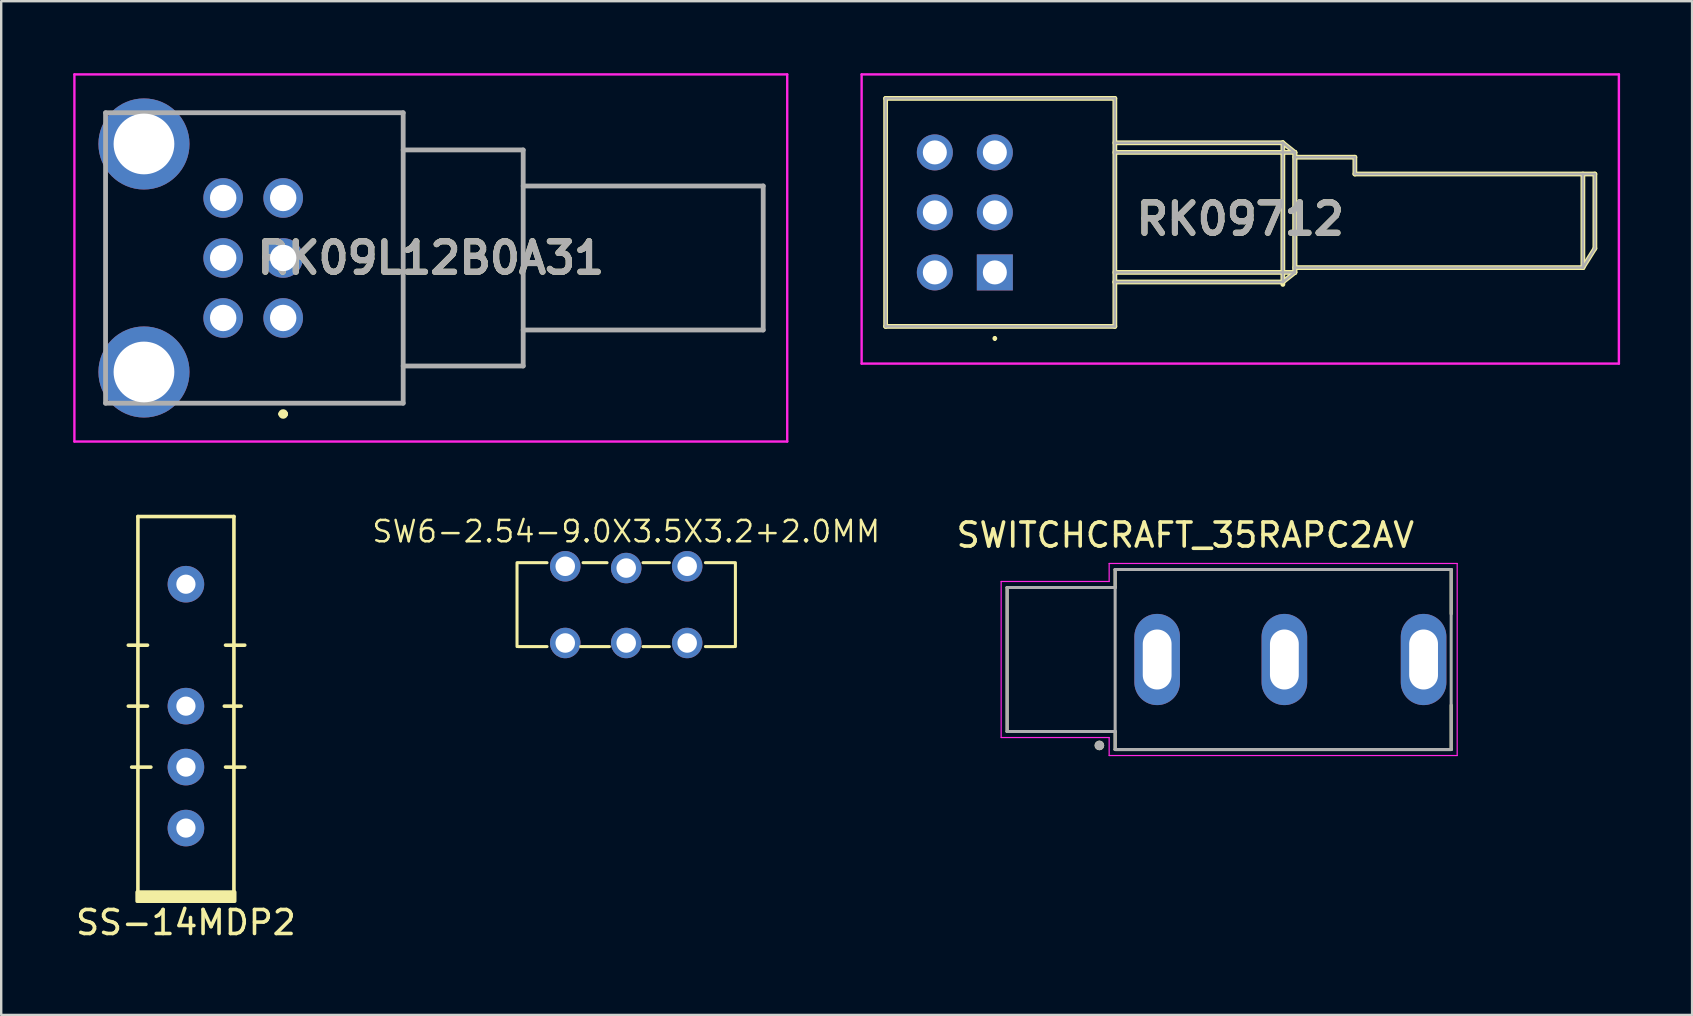
<source format=kicad_pcb>
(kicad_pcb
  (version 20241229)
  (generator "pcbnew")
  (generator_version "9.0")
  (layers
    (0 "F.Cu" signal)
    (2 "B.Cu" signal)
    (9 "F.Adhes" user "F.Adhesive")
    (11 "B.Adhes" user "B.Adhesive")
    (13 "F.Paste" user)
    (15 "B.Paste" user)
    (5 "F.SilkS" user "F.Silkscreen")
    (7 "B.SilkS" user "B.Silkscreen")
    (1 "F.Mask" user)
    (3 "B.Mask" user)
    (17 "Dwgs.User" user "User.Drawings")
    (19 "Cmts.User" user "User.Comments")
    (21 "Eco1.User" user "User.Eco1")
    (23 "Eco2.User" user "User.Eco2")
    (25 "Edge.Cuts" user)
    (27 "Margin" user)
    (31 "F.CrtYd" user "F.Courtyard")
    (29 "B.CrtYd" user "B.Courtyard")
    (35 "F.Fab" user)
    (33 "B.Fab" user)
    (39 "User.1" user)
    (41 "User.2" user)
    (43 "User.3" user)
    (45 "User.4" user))
  (footprint "RK09712"
    (layer "F.Cu")
    (at 43.398 5.8)
    (property "Reference" "RK09712" (at 5.225 0.275 0) (layer "F.SilkS") (effects (font (size 1.27 1.27) (thickness 0.254))))
    (attr through_hole)
    (fp_line (start -9.55 -4.75) (end 0 -4.75) (stroke (width 0.2) (type solid)) (layer "F.SilkS"))
    (fp_line (start -9.55 4.75) (end -9.55 -4.75) (stroke (width 0.2) (type solid)) (layer "F.SilkS"))
    (fp_line (start -5 5.2) (end -5 5.2) (stroke (width 0.1) (type solid)) (layer "F.SilkS"))
    (fp_line (start -5 5.3) (end -5 5.3) (stroke (width 0.1) (type solid)) (layer "F.SilkS"))
    (fp_line (start 0 -4.75) (end 0 4.75) (stroke (width 0.2) (type solid)) (layer "F.SilkS"))
    (fp_line (start 0 -2.9) (end 7 -2.9) (stroke (width 0.2) (type solid)) (layer "F.SilkS"))
    (fp_line (start 0 -2.5) (end 7.5 -2.5) (stroke (width 0.2) (type solid)) (layer "F.SilkS"))
    (fp_line (start 0 2.9) (end 0 2.9) (stroke (width 0.2) (type solid)) (layer "F.SilkS"))
    (fp_line (start 0 4.75) (end -9.55 4.75) (stroke (width 0.2) (type solid)) (layer "F.SilkS"))
    (fp_line (start 7 -2.9) (end 7 -2.9) (stroke (width 0.2) (type solid)) (layer "F.SilkS"))
    (fp_line (start 7 -2.9) (end 7 3) (stroke (width 0.2) (type solid)) (layer "F.SilkS"))
    (fp_line (start 7 -2.9) (end 7.5 -2.5) (stroke (width 0.2) (type solid)) (layer "F.SilkS"))
    (fp_line (start 7 2.9) (end 0 2.9) (stroke (width 0.2) (type solid)) (layer "F.SilkS"))
    (fp_line (start 7.5 -2.5) (end 7.5 -2.5) (stroke (width 0.2) (type solid)) (layer "F.SilkS"))
    (fp_line (start 7.5 -2.5) (end 7.5 2.5) (stroke (width 0.2) (type solid)) (layer "F.SilkS"))
    (fp_line (start 7.5 -2.5) (end 7.5 2.5) (stroke (width 0.2) (type solid)) (layer "F.SilkS"))
    (fp_line (start 7.5 -2.3) (end 10 -2.3) (stroke (width 0.2) (type solid)) (layer "F.SilkS"))
    (fp_line (start 7.5 2.5) (end 0 2.5) (stroke (width 0.2) (type solid)) (layer "F.SilkS"))
    (fp_line (start 7.5 2.5) (end 7 2.9) (stroke (width 0.2) (type solid)) (layer "F.SilkS"))
    (fp_line (start 10 -2.3) (end 10 -1.6) (stroke (width 0.2) (type solid)) (layer "F.SilkS"))
    (fp_line (start 10 -1.6) (end 20 -1.6) (stroke (width 0.2) (type solid)) (layer "F.SilkS"))
    (fp_line (start 19.5 -1.6) (end 19.5 2.3) (stroke (width 0.2) (type solid)) (layer "F.SilkS"))
    (fp_line (start 19.5 2.3) (end 7.5 2.3) (stroke (width 0.2) (type solid)) (layer "F.SilkS"))
    (fp_line (start 20 -1.6) (end 20 1.5) (stroke (width 0.2) (type solid)) (layer "F.SilkS"))
    (fp_line (start 20 1.5) (end 19.5 2.3) (stroke (width 0.2) (type solid)) (layer "F.SilkS"))
    (fp_arc (start -5 5.2) (mid -4.95 5.25) (end -5 5.3) (stroke (width 0.1) (type solid)) (layer "F.SilkS"))
    (fp_arc (start -5 5.3) (mid -5.05 5.25) (end -5 5.2) (stroke (width 0.1) (type solid)) (layer "F.SilkS"))
    (fp_line (start -10.55 -5.75) (end 21 -5.75) (stroke (width 0.1) (type solid)) (layer "F.CrtYd"))
    (fp_line (start -10.55 6.3) (end -10.55 -5.75) (stroke (width 0.1) (type solid)) (layer "F.CrtYd"))
    (fp_line (start 21 -5.75) (end 21 6.3) (stroke (width 0.1) (type solid)) (layer "F.CrtYd"))
    (fp_line (start 21 6.3) (end -10.55 6.3) (stroke (width 0.1) (type solid)) (layer "F.CrtYd"))
    (fp_line (start -9.55 -4.75) (end 0 -4.75) (stroke (width 0.1) (type solid)) (layer "F.Fab"))
    (fp_line (start -9.55 4.75) (end -9.55 -4.75) (stroke (width 0.1) (type solid)) (layer "F.Fab"))
    (fp_line (start 0 -4.75) (end 0 4.75) (stroke (width 0.1) (type solid)) (layer "F.Fab"))
    (fp_line (start 0 -2.9) (end 7 -2.9) (stroke (width 0.1) (type solid)) (layer "F.Fab"))
    (fp_line (start 0 -2.5) (end 7.5 -2.5) (stroke (width 0.1) (type solid)) (layer "F.Fab"))
    (fp_line (start 0 4.75) (end -9.55 4.75) (stroke (width 0.1) (type solid)) (layer "F.Fab"))
    (fp_line (start 7 -2.9) (end 7 2.9) (stroke (width 0.1) (type solid)) (layer "F.Fab"))
    (fp_line (start 7 -2.9) (end 7.5 -2.5) (stroke (width 0.1) (type solid)) (layer "F.Fab"))
    (fp_line (start 7 2.9) (end 0 2.9) (stroke (width 0.1) (type solid)) (layer "F.Fab"))
    (fp_line (start 7.5 -2.5) (end 7.5 2.5) (stroke (width 0.1) (type solid)) (layer "F.Fab"))
    (fp_line (start 7.5 -2.5) (end 7.5 2.5) (stroke (width 0.1) (type solid)) (layer "F.Fab"))
    (fp_line (start 7.5 -2.3) (end 10 -2.3) (stroke (width 0.1) (type solid)) (layer "F.Fab"))
    (fp_line (start 7.5 2.5) (end 0 2.5) (stroke (width 0.1) (type solid)) (layer "F.Fab"))
    (fp_line (start 7.5 2.5) (end 7 2.9) (stroke (width 0.1) (type solid)) (layer "F.Fab"))
    (fp_line (start 10 -2.3) (end 10 -1.6) (stroke (width 0.1) (type solid)) (layer "F.Fab"))
    (fp_line (start 10 -1.6) (end 20 -1.6) (stroke (width 0.1) (type solid)) (layer "F.Fab"))
    (fp_line (start 19.5 -1.6) (end 19.5 2.3) (stroke (width 0.1) (type solid)) (layer "F.Fab"))
    (fp_line (start 19.5 2.3) (end 7.5 2.3) (stroke (width 0.1) (type solid)) (layer "F.Fab"))
    (fp_line (start 20 -1.6) (end 20 1.5) (stroke (width 0.1) (type solid)) (layer "F.Fab"))
    (fp_line (start 20 1.5) (end 19.5 2.3) (stroke (width 0.1) (type solid)) (layer "F.Fab"))
    (fp_text user "${REFERENCE}" (at 5.225 0.275 0) (layer "F.Fab") (effects (font (size 1.27 1.27) (thickness 0.254))))
    (pad "1" thru_hole rect (at -5 2.5) (size 1.5 1.5) (drill 1) (layers "*.Cu" "*.Mask"))
    (pad "2" thru_hole circle (at -5 0) (size 1.5 1.5) (drill 1) (layers "*.Cu" "*.Mask"))
    (pad "3" thru_hole circle (at -5 -2.5) (size 1.5 1.5) (drill 1) (layers "*.Cu" "*.Mask"))
    (pad "4" thru_hole circle (at -7.5 2.5) (size 1.5 1.5) (drill 1) (layers "*.Cu" "*.Mask"))
    (pad "5" thru_hole circle (at -7.5 0) (size 1.5 1.5) (drill 1) (layers "*.Cu" "*.Mask"))
    (pad "6" thru_hole circle (at -7.5 -2.5) (size 1.5 1.5) (drill 1) (layers "*.Cu" "*.Mask")))
  (footprint "SWITCHCRAFT_35RAPC2AV"
    (layer "F.Cu")
    (at 48.161 24.427)
    (property "Reference" "SWITCHCRAFT_35RAPC2AV" (at -1.826 -5.184 0) (layer "F.SilkS") (effects (font (size 1 1) (thickness 0.15))))
    (attr through_hole)
    (fp_line (start -9.25 -3) (end -4.75 -3) (stroke (width 0.127) (type solid)) (layer "F.SilkS"))
    (fp_line (start -9.25 3) (end -9.25 -3) (stroke (width 0.127) (type solid)) (layer "F.SilkS"))
    (fp_line (start -4.75 -3.75) (end 9.25 -3.75) (stroke (width 0.127) (type solid)) (layer "F.SilkS"))
    (fp_line (start -4.75 -3) (end -4.75 -3.75) (stroke (width 0.127) (type solid)) (layer "F.SilkS"))
    (fp_line (start -4.75 3) (end -9.25 3) (stroke (width 0.127) (type solid)) (layer "F.SilkS"))
    (fp_line (start -4.75 3.75) (end -4.75 3) (stroke (width 0.127) (type solid)) (layer "F.SilkS"))
    (fp_line (start 9.25 -3.75) (end 9.25 -1.9) (stroke (width 0.127) (type solid)) (layer "F.SilkS"))
    (fp_line (start 9.25 1.9) (end 9.25 3.75) (stroke (width 0.127) (type solid)) (layer "F.SilkS"))
    (fp_line (start 9.25 3.75) (end -4.75 3.75) (stroke (width 0.127) (type solid)) (layer "F.SilkS"))
    (fp_circle (center -5.407 3.58) (end -5.307 3.58) (stroke (width 0.2) (type solid)) (fill no) (layer "F.SilkS"))
    (fp_line (start -9.5 -3.25) (end -5 -3.25) (stroke (width 0.05) (type solid)) (layer "F.CrtYd"))
    (fp_line (start -9.5 3.25) (end -9.5 -3.25) (stroke (width 0.05) (type solid)) (layer "F.CrtYd"))
    (fp_line (start -5 -4) (end 9.5 -4) (stroke (width 0.05) (type solid)) (layer "F.CrtYd"))
    (fp_line (start -5 -3.25) (end -5 -4) (stroke (width 0.05) (type solid)) (layer "F.CrtYd"))
    (fp_line (start -5 3.25) (end -9.5 3.25) (stroke (width 0.05) (type solid)) (layer "F.CrtYd"))
    (fp_line (start -5 4) (end -5 3.25) (stroke (width 0.05) (type solid)) (layer "F.CrtYd"))
    (fp_line (start 9.5 -4) (end 9.5 4) (stroke (width 0.05) (type solid)) (layer "F.CrtYd"))
    (fp_line (start 9.5 4) (end -5 4) (stroke (width 0.05) (type solid)) (layer "F.CrtYd"))
    (fp_line (start -9.25 -3) (end -4.75 -3) (stroke (width 0.127) (type solid)) (layer "F.Fab"))
    (fp_line (start -9.25 3) (end -9.25 -3) (stroke (width 0.127) (type solid)) (layer "F.Fab"))
    (fp_line (start -4.75 -3.75) (end -4.75 -3) (stroke (width 0.127) (type solid)) (layer "F.Fab"))
    (fp_line (start -4.75 -3.75) (end 9.25 -3.75) (stroke (width 0.127) (type solid)) (layer "F.Fab"))
    (fp_line (start -4.75 -3) (end -4.75 3) (stroke (width 0.127) (type solid)) (layer "F.Fab"))
    (fp_line (start -4.75 3) (end -9.25 3) (stroke (width 0.127) (type solid)) (layer "F.Fab"))
    (fp_line (start -4.75 3) (end -4.75 3.75) (stroke (width 0.127) (type solid)) (layer "F.Fab"))
    (fp_line (start 9.25 -3.75) (end 9.25 3.75) (stroke (width 0.127) (type solid)) (layer "F.Fab"))
    (fp_line (start 9.25 3.75) (end -4.75 3.75) (stroke (width 0.127) (type solid)) (layer "F.Fab"))
    (fp_circle (center -5.407 3.58) (end -5.307 3.58) (stroke (width 0.2) (type solid)) (fill no) (layer "F.Fab"))
    (pad "1" thru_hole oval (at -3 0) (size 1.9 3.8) (drill oval 1.2 2.5) (layers "*.Cu" "*.Mask"))
    (pad "2" thru_hole oval (at 2.3 0) (size 1.9 3.8) (drill oval 1.2 2.5) (layers "*.Cu" "*.Mask"))
    (pad "3" thru_hole oval (at 8.1 0) (size 1.9 3.8) (drill oval 1.2 2.5) (layers "*.Cu" "*.Mask")))
  (footprint "SW6-2.54-9.0X3.5X3.2+2.0MM"
    (layer "F.Cu")
    (at 23.04 22.141)
    (property "Reference" "SW6-2.54-9.0X3.5X3.2+2.0MM" (at 0 -3.048 0) (layer "F.SilkS") (effects (font (size 0.889 0.889) (thickness 0.102))))
    (attr exclude_from_pos_files exclude_from_bom)
    (fp_line (start -4.549 1.748) (end -4.549 -1.748) (stroke (width 0.127) (type solid)) (layer "F.SilkS"))
    (fp_line (start -4.498 -1.748) (end -3.299 -1.748) (stroke (width 0.127) (type solid)) (layer "F.SilkS"))
    (fp_line (start -4.498 1.748) (end -3.299 1.748) (stroke (width 0.127) (type solid)) (layer "F.SilkS"))
    (fp_line (start -1.9 1.748) (end -0.699 1.748) (stroke (width 0.127) (type solid)) (layer "F.SilkS"))
    (fp_line (start -1.798 -1.748) (end -0.798 -1.748) (stroke (width 0.127) (type solid)) (layer "F.SilkS"))
    (fp_line (start 0.699 -1.748) (end 1.798 -1.748) (stroke (width 0.127) (type solid)) (layer "F.SilkS"))
    (fp_line (start 0.699 1.748) (end 1.798 1.748) (stroke (width 0.127) (type solid)) (layer "F.SilkS"))
    (fp_line (start 3.299 -1.748) (end 4.498 -1.748) (stroke (width 0.127) (type solid)) (layer "F.SilkS"))
    (fp_line (start 3.299 1.748) (end 4.498 1.748) (stroke (width 0.127) (type solid)) (layer "F.SilkS"))
    (fp_line (start 4.549 -1.748) (end 4.549 1.748) (stroke (width 0.127) (type solid)) (layer "F.SilkS"))
    (pad "1" thru_hole circle (at -2.54 1.598) (size 1.27 1.27) (drill 0.813) (layers "*.Cu" "*.Mask"))
    (pad "2" thru_hole circle (at 0 1.598) (size 1.27 1.27) (drill 0.813) (layers "*.Cu" "*.Mask"))
    (pad "3" thru_hole circle (at 2.54 1.598) (size 1.27 1.27) (drill 0.813) (layers "*.Cu" "*.Mask"))
    (pad "4" thru_hole circle (at -2.54 -1.598) (size 1.27 1.27) (drill 0.813) (layers "*.Cu" "*.Mask"))
    (pad "5" thru_hole circle (at 0 -1.524) (size 1.27 1.27) (drill 0.813) (layers "*.Cu" "*.Mask"))
    (pad "6" thru_hole circle (at 2.54 -1.598) (size 1.27 1.27) (drill 0.813) (layers "*.Cu" "*.Mask")))
  (footprint "SS-14MDP2"
    (layer "F.Cu")
    (at 4.696 26.37)
    (property "Reference" "SS-14MDP2" (at 0 9.017 180) (layer "F.SilkS") (effects (font (size 1 1) (thickness 0.15))))
    (attr through_hole)
    (fp_line (start -2.4 -2.54) (end -1.6 -2.54) (stroke (width 0.15) (type solid)) (layer "F.SilkS"))
    (fp_line (start -2.4 0) (end -1.6 0) (stroke (width 0.15) (type solid)) (layer "F.SilkS"))
    (fp_line (start -2.26 2.54) (end -1.46 2.54) (stroke (width 0.15) (type solid)) (layer "F.SilkS"))
    (fp_line (start -2 -7.9) (end -2 7.9) (stroke (width 0.15) (type solid)) (layer "F.SilkS"))
    (fp_line (start -2 7.9) (end 2 7.9) (stroke (width 0.15) (type solid)) (layer "F.SilkS"))
    (fp_line (start 1.6 0) (end 2.3 0) (stroke (width 0.15) (type solid)) (layer "F.SilkS"))
    (fp_line (start 1.651 -2.54) (end 2.451 -2.54) (stroke (width 0.15) (type solid)) (layer "F.SilkS"))
    (fp_line (start 1.651 2.54) (end 2.451 2.54) (stroke (width 0.15) (type solid)) (layer "F.SilkS"))
    (fp_line (start 2 -7.9) (end -2 -7.9) (stroke (width 0.15) (type solid)) (layer "F.SilkS"))
    (fp_line (start 2 7.9) (end 2 -7.9) (stroke (width 0.15) (type solid)) (layer "F.SilkS"))
    (fp_poly (pts (xy -2.032 7.747) (xy 2.032 7.747) (xy 2.032 8.128) (xy -2.032 8.128)) (stroke (width 0.15) (type solid)) (fill yes) (layer "F.SilkS"))
    (pad "1" thru_hole circle (at 0 5.08) (size 1.524 1.524) (drill 0.8) (layers "*.Cu" "B.Mask"))
    (pad "2" thru_hole circle (at 0 2.54) (size 1.524 1.524) (drill 0.8) (layers "*.Cu" "B.Mask"))
    (pad "3" thru_hole circle (at 0 -5.08) (size 1.524 1.524) (drill 0.8) (layers "*.Cu" "B.Mask"))
    (pad "4" thru_hole circle (at 0 0) (size 1.524 1.524) (drill 0.8) (layers "*.Cu" "B.Mask")))
  (footprint "RK09L12B0A31"
    (layer "F.Cu")
    (at 13.748 7.698)
    (property "Reference" "RK09L12B0A31" (at 1.151 0 0) (layer "F.SilkS") (effects (font (size 1.27 1.27) (thickness 0.254))))
    (attr through_hole)
    (fp_line (start -12.4 -2.5) (end -12.4 2.5) (stroke (width 0.1) (type solid)) (layer "F.SilkS"))
    (fp_line (start -9 -6.05) (end 0 -6.05) (stroke (width 0.1) (type solid)) (layer "F.SilkS"))
    (fp_line (start -5.1 6.5) (end -5.1 6.5) (stroke (width 0.2) (type solid)) (layer "F.SilkS"))
    (fp_line (start -4.9 6.5) (end -4.9 6.5) (stroke (width 0.2) (type solid)) (layer "F.SilkS"))
    (fp_line (start 0 -6.05) (end 0 -4.75) (stroke (width 0.1) (type solid)) (layer "F.SilkS"))
    (fp_line (start 0 -4.75) (end 0 -4.5) (stroke (width 0.1) (type solid)) (layer "F.SilkS"))
    (fp_line (start 0 -4.5) (end 5 -4.5) (stroke (width 0.1) (type solid)) (layer "F.SilkS"))
    (fp_line (start 0 4.5) (end 0 6) (stroke (width 0.1) (type solid)) (layer "F.SilkS"))
    (fp_line (start 0 6) (end 0 6.05) (stroke (width 0.1) (type solid)) (layer "F.SilkS"))
    (fp_line (start 0 6.05) (end -8 6.05) (stroke (width 0.1) (type solid)) (layer "F.SilkS"))
    (fp_line (start 5 -4.5) (end 5 -3) (stroke (width 0.1) (type solid)) (layer "F.SilkS"))
    (fp_line (start 5 -3) (end 15 -3) (stroke (width 0.1) (type solid)) (layer "F.SilkS"))
    (fp_line (start 5 3) (end 5 4.5) (stroke (width 0.1) (type solid)) (layer "F.SilkS"))
    (fp_line (start 5 4.5) (end 0 4.5) (stroke (width 0.1) (type solid)) (layer "F.SilkS"))
    (fp_line (start 15 -3) (end 15 3) (stroke (width 0.1) (type solid)) (layer "F.SilkS"))
    (fp_line (start 15 3) (end 5 3) (stroke (width 0.1) (type solid)) (layer "F.SilkS"))
    (fp_arc (start -5.1 6.5) (mid -5 6.4) (end -4.9 6.5) (stroke (width 0.2) (type solid)) (layer "F.SilkS"))
    (fp_arc (start -4.9 6.5) (mid -5 6.6) (end -5.1 6.5) (stroke (width 0.2) (type solid)) (layer "F.SilkS"))
    (fp_line (start -13.698 -7.648) (end 16 -7.648) (stroke (width 0.1) (type solid)) (layer "F.CrtYd"))
    (fp_line (start -13.698 7.647) (end -13.698 -7.648) (stroke (width 0.1) (type solid)) (layer "F.CrtYd"))
    (fp_line (start 16 -7.648) (end 16 7.647) (stroke (width 0.1) (type solid)) (layer "F.CrtYd"))
    (fp_line (start 16 7.647) (end -13.698 7.647) (stroke (width 0.1) (type solid)) (layer "F.CrtYd"))
    (fp_line (start -12.4 -6.05) (end 0 -6.05) (stroke (width 0.2) (type solid)) (layer "F.Fab"))
    (fp_line (start -12.4 6.05) (end -12.4 -6.05) (stroke (width 0.2) (type solid)) (layer "F.Fab"))
    (fp_line (start 0 -6.05) (end 0 6.05) (stroke (width 0.2) (type solid)) (layer "F.Fab"))
    (fp_line (start 0 -4.5) (end 5 -4.5) (stroke (width 0.2) (type solid)) (layer "F.Fab"))
    (fp_line (start 0 6.05) (end -12.4 6.05) (stroke (width 0.2) (type solid)) (layer "F.Fab"))
    (fp_line (start 5 -4.5) (end 5 4.5) (stroke (width 0.2) (type solid)) (layer "F.Fab"))
    (fp_line (start 5 -3) (end 15 -3) (stroke (width 0.2) (type solid)) (layer "F.Fab"))
    (fp_line (start 5 4.5) (end 0 4.5) (stroke (width 0.2) (type solid)) (layer "F.Fab"))
    (fp_line (start 15 -3) (end 15 3) (stroke (width 0.2) (type solid)) (layer "F.Fab"))
    (fp_line (start 15 3) (end 5 3) (stroke (width 0.2) (type solid)) (layer "F.Fab"))
    (fp_text user "${REFERENCE}" (at 1.151 0 0) (layer "F.Fab") (effects (font (size 1.27 1.27) (thickness 0.254))))
    (pad "1" thru_hole circle (at -5 2.5) (size 1.65 1.65) (drill 1.1) (layers "*.Cu" "*.Mask"))
    (pad "2" thru_hole circle (at -5 0) (size 1.65 1.65) (drill 1.1) (layers "*.Cu" "*.Mask"))
    (pad "3" thru_hole circle (at -5 -2.5) (size 1.65 1.65) (drill 1.1) (layers "*.Cu" "*.Mask"))
    (pad "4" thru_hole circle (at -7.5 2.5) (size 1.65 1.65) (drill 1.1) (layers "*.Cu" "*.Mask"))
    (pad "5" thru_hole circle (at -7.5 0) (size 1.65 1.65) (drill 1.1) (layers "*.Cu" "*.Mask"))
    (pad "6" thru_hole circle (at -7.5 -2.5) (size 1.65 1.65) (drill 1.1) (layers "*.Cu" "*.Mask"))
    (pad "7" thru_hole circle (at -10.8 -4.75) (size 3.795 3.795) (drill 2.53) (layers "*.Cu" "*.Mask"))
    (pad "8" thru_hole circle (at -10.8 4.75) (size 3.795 3.795) (drill 2.53) (layers "*.Cu" "*.Mask")))
  (gr_rect
    (start -3 -3)
    (end 67.448 39.235)
    (stroke (width 0.1) (type default))
    (fill no)
    (layer "Edge.Cuts")))
</source>
